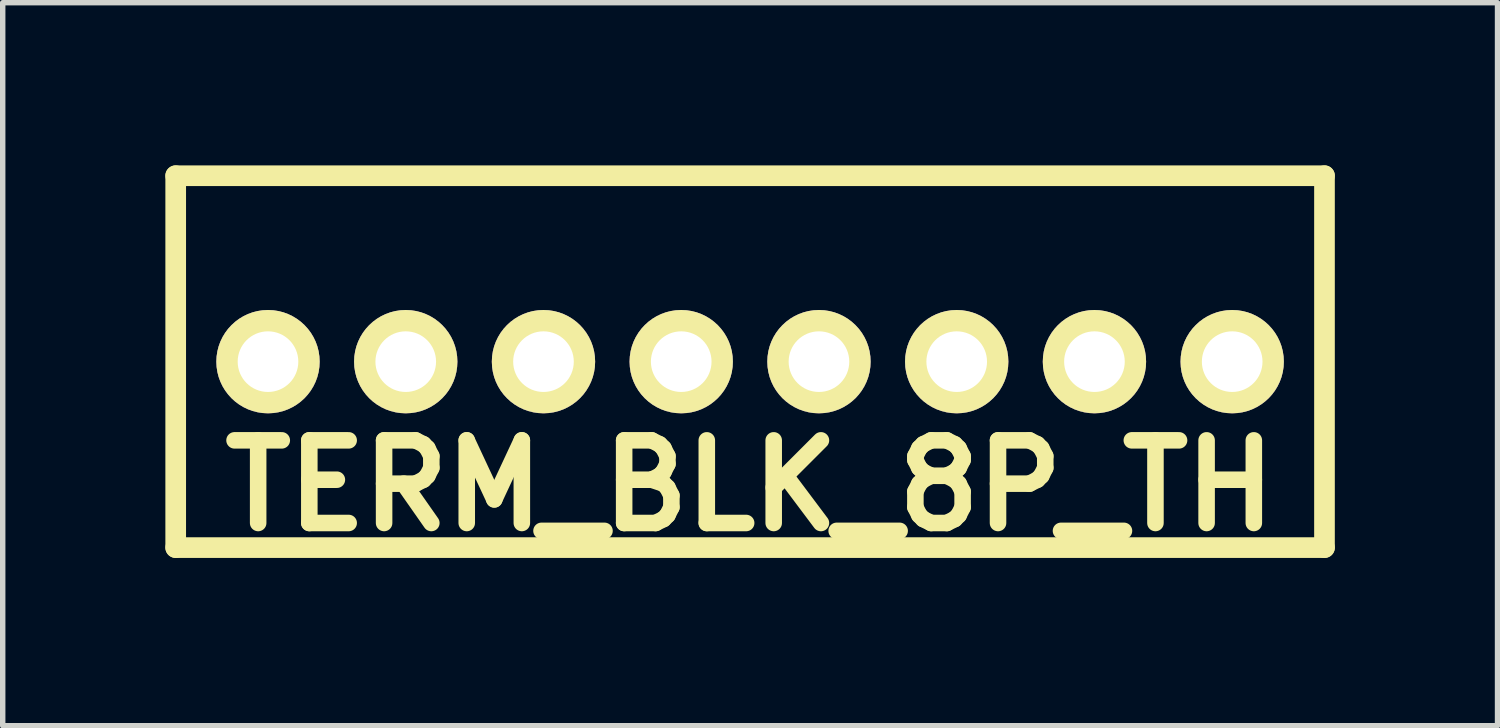
<source format=kicad_pcb>
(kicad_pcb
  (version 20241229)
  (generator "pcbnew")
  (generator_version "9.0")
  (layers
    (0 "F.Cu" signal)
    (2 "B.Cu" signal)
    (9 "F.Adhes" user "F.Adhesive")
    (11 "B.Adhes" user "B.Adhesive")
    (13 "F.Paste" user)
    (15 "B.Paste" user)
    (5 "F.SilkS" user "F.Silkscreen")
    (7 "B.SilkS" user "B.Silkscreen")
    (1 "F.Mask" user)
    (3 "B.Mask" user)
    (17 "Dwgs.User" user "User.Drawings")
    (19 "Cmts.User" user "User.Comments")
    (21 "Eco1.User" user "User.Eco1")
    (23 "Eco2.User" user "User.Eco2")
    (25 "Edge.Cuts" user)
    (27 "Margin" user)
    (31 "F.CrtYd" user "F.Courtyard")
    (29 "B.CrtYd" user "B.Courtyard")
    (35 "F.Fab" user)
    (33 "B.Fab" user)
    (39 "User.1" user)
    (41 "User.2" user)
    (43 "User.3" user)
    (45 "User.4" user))
  (footprint "TERM_BLK_8P_TH"
    (layer "F.Cu")
    (at 10.782 3.619)
    (property "Reference" "TERM_BLK_8P_TH" (at 0 2.286 0) (layer "F.SilkS") (effects (font (size 1.524 1.524) (thickness 0.305))))
    (attr through_hole)
    (fp_line (start -10.592 -3.429) (end -10.592 3.429) (stroke (width 0.381) (type solid)) (layer "F.SilkS"))
    (fp_line (start 10.592 -3.429) (end -10.592 -3.429) (stroke (width 0.381) (type solid)) (layer "F.SilkS"))
    (fp_line (start 10.592 3.429) (end -10.592 3.429) (stroke (width 0.381) (type solid)) (layer "F.SilkS"))
    (fp_line (start 10.592 3.429) (end 10.592 -3.429) (stroke (width 0.381) (type solid)) (layer "F.SilkS"))
    (pad "1" thru_hole circle (at -8.89 0) (size 1.905 1.905) (drill 1.118) (layers "*.Cu" "*.Mask" "F.SilkS"))
    (pad "2" thru_hole circle (at -6.35 0) (size 1.905 1.905) (drill 1.118) (layers "*.Cu" "*.Mask" "F.SilkS"))
    (pad "3" thru_hole circle (at -3.81 0) (size 1.905 1.905) (drill 1.118) (layers "*.Cu" "*.Mask" "F.SilkS"))
    (pad "4" thru_hole circle (at -1.27 0) (size 1.905 1.905) (drill 1.118) (layers "*.Cu" "*.Mask" "F.SilkS"))
    (pad "5" thru_hole circle (at 1.27 0) (size 1.905 1.905) (drill 1.118) (layers "*.Cu" "*.Mask" "F.SilkS"))
    (pad "6" thru_hole circle (at 3.81 0) (size 1.905 1.905) (drill 1.118) (layers "*.Cu" "*.Mask" "F.SilkS"))
    (pad "7" thru_hole circle (at 6.35 0) (size 1.905 1.905) (drill 1.118) (layers "*.Cu" "*.Mask" "F.SilkS"))
    (pad "8" thru_hole circle (at 8.89 0) (size 1.905 1.905) (drill 1.118) (layers "*.Cu" "*.Mask" "F.SilkS")))
  (gr_rect
    (start -3 -3)
    (end 24.565 10.332)
    (stroke (width 0.1) (type default))
    (fill no)
    (layer "Edge.Cuts")))
</source>
